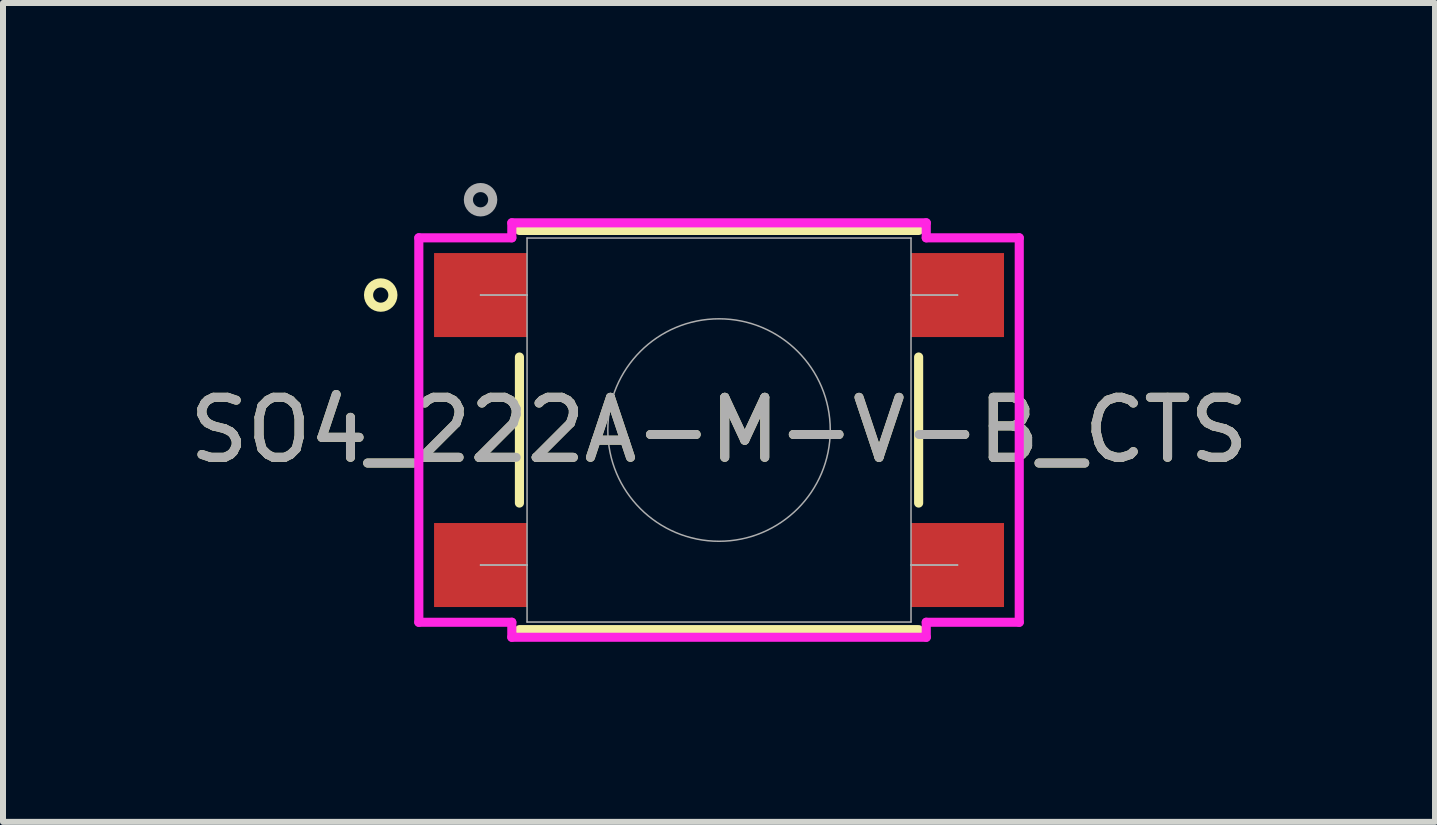
<source format=kicad_pcb>
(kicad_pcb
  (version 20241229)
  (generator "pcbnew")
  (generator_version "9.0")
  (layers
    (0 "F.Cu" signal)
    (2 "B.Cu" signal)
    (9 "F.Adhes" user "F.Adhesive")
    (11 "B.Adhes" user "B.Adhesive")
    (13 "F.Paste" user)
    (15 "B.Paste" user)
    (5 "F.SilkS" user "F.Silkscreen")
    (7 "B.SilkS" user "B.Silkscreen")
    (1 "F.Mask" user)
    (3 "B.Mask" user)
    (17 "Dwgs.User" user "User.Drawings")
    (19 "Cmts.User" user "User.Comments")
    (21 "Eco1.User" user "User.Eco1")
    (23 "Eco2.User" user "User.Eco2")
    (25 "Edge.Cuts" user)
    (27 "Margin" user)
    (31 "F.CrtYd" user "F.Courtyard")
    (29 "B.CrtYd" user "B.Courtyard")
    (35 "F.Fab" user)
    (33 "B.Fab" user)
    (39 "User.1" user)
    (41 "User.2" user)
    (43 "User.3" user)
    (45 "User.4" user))
  (footprint "SO4_222A-M-V-B_CTS"
    (layer "F.Cu")
    (at 8.935 4.118)
    (property "Reference" "SO4_222A-M-V-B_CTS" (at 0 0 0) (unlocked yes) (layer "F.SilkS") (effects (font (size 1 1) (thickness 0.15))))
    (attr smd)
    (fp_line (start -3.327 -1.217) (end -3.327 1.217) (stroke (width 0.152) (type solid)) (layer "F.SilkS"))
    (fp_line (start -3.327 3.327) (end 3.327 3.327) (stroke (width 0.152) (type solid)) (layer "F.SilkS"))
    (fp_line (start 3.327 -3.327) (end -3.327 -3.327) (stroke (width 0.152) (type solid)) (layer "F.SilkS"))
    (fp_line (start 3.327 1.217) (end 3.327 -1.217) (stroke (width 0.152) (type solid)) (layer "F.SilkS"))
    (fp_circle (center -5.639 -2.25) (end -5.436 -2.25) (stroke (width 0.152) (type solid)) (fill no) (layer "F.SilkS"))
    (fp_line (start -5.004 -3.204) (end -3.454 -3.204) (stroke (width 0.152) (type solid)) (layer "F.CrtYd"))
    (fp_line (start -5.004 3.204) (end -3.454 3.204) (stroke (width 0.152) (type solid)) (layer "F.CrtYd"))
    (fp_line (start -5.004 3.204) (end -5.004 -3.204) (stroke (width 0.152) (type solid)) (layer "F.CrtYd"))
    (fp_line (start -3.454 -3.454) (end 3.454 -3.454) (stroke (width 0.152) (type solid)) (layer "F.CrtYd"))
    (fp_line (start -3.454 -3.204) (end -3.454 -3.454) (stroke (width 0.152) (type solid)) (layer "F.CrtYd"))
    (fp_line (start -3.454 3.454) (end -3.454 3.204) (stroke (width 0.152) (type solid)) (layer "F.CrtYd"))
    (fp_line (start 3.454 -3.454) (end 3.454 -3.204) (stroke (width 0.152) (type solid)) (layer "F.CrtYd"))
    (fp_line (start 3.454 3.204) (end 3.454 3.454) (stroke (width 0.152) (type solid)) (layer "F.CrtYd"))
    (fp_line (start 3.454 3.454) (end -3.454 3.454) (stroke (width 0.152) (type solid)) (layer "F.CrtYd"))
    (fp_line (start 5.004 -3.204) (end 3.454 -3.204) (stroke (width 0.152) (type solid)) (layer "F.CrtYd"))
    (fp_line (start 5.004 -3.204) (end 5.004 3.204) (stroke (width 0.152) (type solid)) (layer "F.CrtYd"))
    (fp_line (start 5.004 3.204) (end 3.454 3.204) (stroke (width 0.152) (type solid)) (layer "F.CrtYd"))
    (fp_line (start -3.975 -2.25) (end -3.975 -2.25) (stroke (width 0.025) (type solid)) (layer "F.Fab"))
    (fp_line (start -3.975 -2.25) (end -3.2 -2.25) (stroke (width 0.025) (type solid)) (layer "F.Fab"))
    (fp_line (start -3.975 2.25) (end -3.975 2.25) (stroke (width 0.025) (type solid)) (layer "F.Fab"))
    (fp_line (start -3.975 2.25) (end -3.2 2.25) (stroke (width 0.025) (type solid)) (layer "F.Fab"))
    (fp_line (start -3.2 -3.2) (end -3.2 3.2) (stroke (width 0.025) (type solid)) (layer "F.Fab"))
    (fp_line (start -3.2 -2.25) (end -3.975 -2.25) (stroke (width 0.025) (type solid)) (layer "F.Fab"))
    (fp_line (start -3.2 -2.25) (end -3.2 -2.25) (stroke (width 0.025) (type solid)) (layer "F.Fab"))
    (fp_line (start -3.2 2.25) (end -3.975 2.25) (stroke (width 0.025) (type solid)) (layer "F.Fab"))
    (fp_line (start -3.2 2.25) (end -3.2 2.25) (stroke (width 0.025) (type solid)) (layer "F.Fab"))
    (fp_line (start -3.2 3.2) (end 3.2 3.2) (stroke (width 0.025) (type solid)) (layer "F.Fab"))
    (fp_line (start 3.2 -3.2) (end -3.2 -3.2) (stroke (width 0.025) (type solid)) (layer "F.Fab"))
    (fp_line (start 3.2 -2.25) (end 3.2 -2.25) (stroke (width 0.025) (type solid)) (layer "F.Fab"))
    (fp_line (start 3.2 -2.25) (end 3.975 -2.25) (stroke (width 0.025) (type solid)) (layer "F.Fab"))
    (fp_line (start 3.2 2.25) (end 3.2 2.25) (stroke (width 0.025) (type solid)) (layer "F.Fab"))
    (fp_line (start 3.2 2.25) (end 3.975 2.25) (stroke (width 0.025) (type solid)) (layer "F.Fab"))
    (fp_line (start 3.2 3.2) (end 3.2 -3.2) (stroke (width 0.025) (type solid)) (layer "F.Fab"))
    (fp_line (start 3.975 -2.25) (end 3.2 -2.25) (stroke (width 0.025) (type solid)) (layer "F.Fab"))
    (fp_line (start 3.975 -2.25) (end 3.975 -2.25) (stroke (width 0.025) (type solid)) (layer "F.Fab"))
    (fp_line (start 3.975 2.25) (end 3.2 2.25) (stroke (width 0.025) (type solid)) (layer "F.Fab"))
    (fp_line (start 3.975 2.25) (end 3.975 2.25) (stroke (width 0.025) (type solid)) (layer "F.Fab"))
    (fp_circle (center -3.975 -3.839) (end -3.772 -3.839) (stroke (width 0.152) (type solid)) (fill no) (layer "F.Fab"))
    (fp_circle (center 0 0) (end 1.854 0) (stroke (width 0.025) (type solid)) (fill no) (layer "F.Fab"))
    (fp_text user "${REFERENCE}" (at 0 0 0) (unlocked yes) (layer "F.Fab") (effects (font (size 1 1) (thickness 0.15))))
    (pad "1" smd rect (at -3.975 -2.25) (size 1.55 1.4) (layers "F.Cu" "F.Mask" "F.Paste"))
    (pad "2" smd rect (at -3.975 2.25) (size 1.55 1.4) (layers "F.Cu" "F.Mask" "F.Paste"))
    (pad "3" smd rect (at 3.975 -2.25) (size 1.55 1.4) (layers "F.Cu" "F.Mask" "F.Paste"))
    (pad "4" smd rect (at 3.975 2.25) (size 1.55 1.4) (layers "F.Cu" "F.Mask" "F.Paste")))
  (gr_rect
    (start -3 -3)
    (end 20.869 10.649)
    (stroke (width 0.1) (type default))
    (fill no)
    (layer "Edge.Cuts")))
</source>
